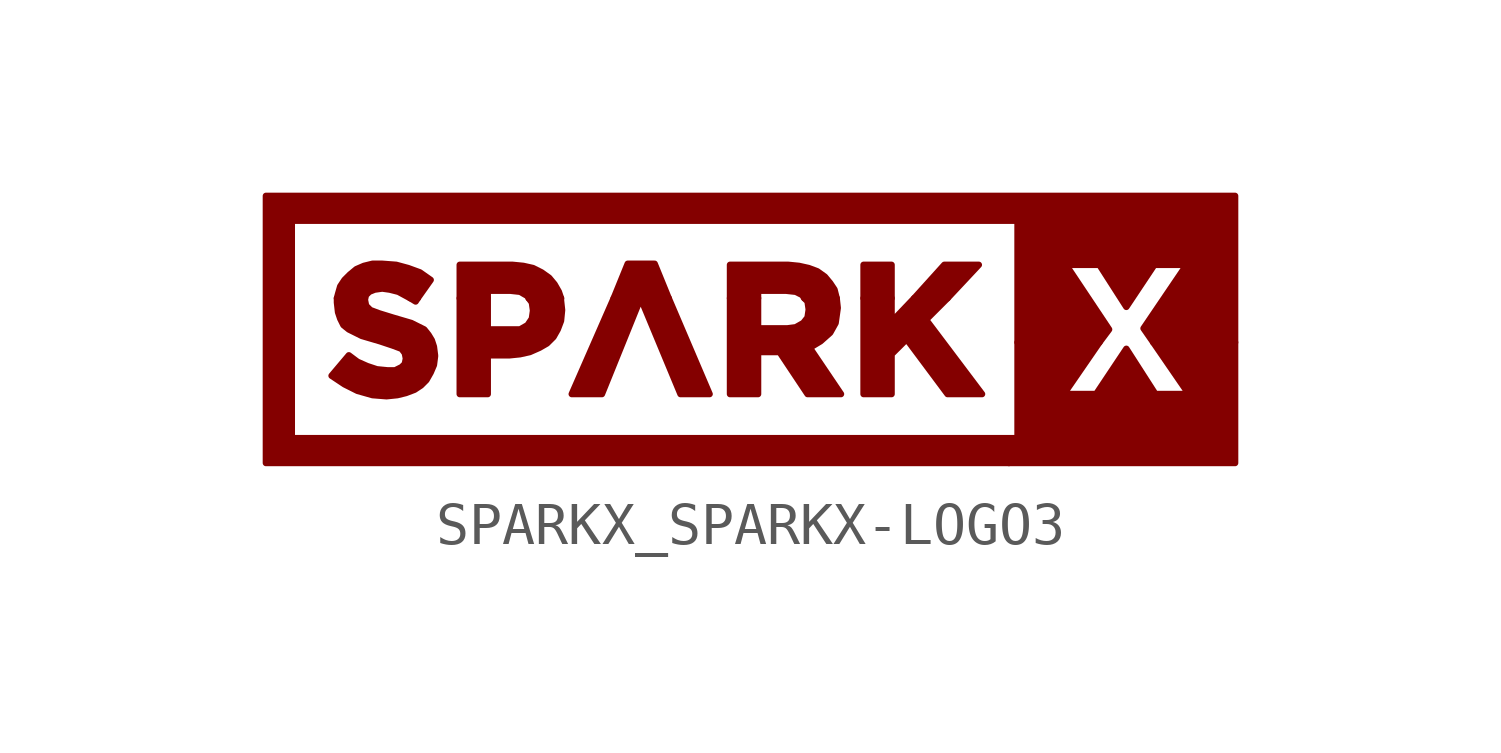
<source format=kicad_sym>
(kicad_symbol_lib
  (version 20220914)
  (generator kicad_symbol_editor)
  (symbol "SPARKX_SPARKX-LOGO3"
    (pin_numbers hide)
    (pin_names
      (offset 1.016) hide)
    (property "Reference" "M"
      (at 0 0 0)
      (effects (font (size 1.143 1.143)) hide))
    (property "ki_locked" ""
      (at 0 0 0)
      (effects (font (size 1.27 1.27))))
    (symbol "SPARKX_SPARKX-LOGO3_1_1"
      (polyline (pts (xy -7.849 0.737) (xy -8.026 0.737) (xy -8.026 0.737) (xy -7.899 0.66) (xy -7.899 0.66) (xy -7.849 0.737)) (stroke (width 0) (type solid)) (fill (type outline)))
      (polyline (pts (xy -1.93 0.737) (xy -2.261 1.549) (xy -2.261 1.549) (xy -2.896 1.549) (xy -2.896 1.549) (xy -3.226 0.737) (xy -3.226 0.737) (xy -1.93 0.737)) (stroke (width 0) (type solid)) (fill (type outline)))
      (polyline (pts (xy 3.327 0.737) (xy 3.327 1.524) (xy 3.327 1.524) (xy 2.667 1.524) (xy 2.667 1.524) (xy 2.667 0.737) (xy 2.667 0.737) (xy 3.327 0.737)) (stroke (width 0) (type solid)) (fill (type outline)))
      (polyline (pts (xy 4.648 0.737) (xy 5.385 1.524) (xy 5.385 1.524) (xy 4.572 1.524) (xy 4.572 1.524) (xy 3.861 0.737) (xy 3.861 0.737) (xy 4.648 0.737)) (stroke (width 0) (type solid)) (fill (type outline)))
      (polyline (pts (xy -1.93 0.737) (xy -3.226 0.737) (xy -3.226 0.737) (xy -4.216 -1.524) (xy -4.216 -1.524) (xy -3.505 -1.524) (xy -3.505 -1.524) (xy -2.591 0.737) (xy -2.591 0.737) (xy -1.651 -1.524) (xy -1.651 -1.524) (xy -0.965 -1.524) (xy -0.965 -1.524) (xy -1.93 0.737)) (stroke (width 0) (type solid)) (fill (type outline)))
      (polyline (pts (xy 4.648 0.737) (xy 3.861 0.737) (xy 3.861 0.737) (xy 3.327 0.178) (xy 3.327 0.178) (xy 3.327 0.737) (xy 3.327 0.737) (xy 2.667 0.737) (xy 2.667 0.737) (xy 2.667 -1.524) (xy 2.667 -1.524) (xy 3.327 -1.524) (xy 3.327 -1.524) (xy 3.327 -0.584) (xy 3.327 -0.584) (xy 3.683 -0.229) (xy 3.683 -0.229) (xy 4.648 -1.524) (xy 4.648 -1.524) (xy 5.461 -1.524) (xy 5.461 -1.524) (xy 4.14 0.229) (xy 4.14 0.229) (xy 4.648 0.737)) (stroke (width 0) (type solid)) (fill (type outline)))
      (polyline (pts (xy 11.43 -0.305) (xy 9.5 -0.305) (xy 9.5 -0.305) (xy 10.338 -1.524) (xy 10.338 -1.524) (xy 10.338 -1.524) (xy 10.338 -1.524) (xy 9.55 -1.524) (xy 9.55 -1.524) (xy 8.865 -0.457) (xy 8.865 -0.457) (xy 8.153 -1.524) (xy 8.153 -1.524) (xy 7.391 -1.524) (xy 7.391 -1.524) (xy 8.23 -0.305) (xy 8.23 -0.305) (xy 6.299 -0.305) (xy 6.299 -0.305) (xy 6.299 -2.565) (xy 6.299 -2.565) (xy 6.096 -2.565) (xy 6.096 -2.565) (xy 6.096 -3.15) (xy 6.096 -3.15) (xy 6.299 -3.15) (xy 6.299 -3.15) (xy 11.43 -3.15) (xy 11.43 -3.15) (xy 11.43 -0.305)) (stroke (width 0) (type solid)) (fill (type outline)))
      (polyline (pts (xy -4.47 0.737) (xy -4.521 0.889) (xy -4.521 0.889) (xy -4.623 1.067) (xy -4.623 1.067) (xy -4.75 1.219) (xy -4.75 1.219) (xy -4.928 1.346) (xy -4.928 1.346) (xy -5.131 1.448) (xy -5.131 1.448) (xy -5.359 1.499) (xy -5.359 1.499) (xy -5.613 1.524) (xy -5.613 1.524) (xy -6.858 1.524) (xy -6.858 1.524) (xy -6.858 0.737) (xy -6.858 0.737) (xy -6.198 0.737) (xy -6.198 0.737) (xy -6.198 0.914) (xy -6.198 0.914) (xy -5.664 0.914) (xy -5.664 0.914) (xy -5.436 0.889) (xy -5.436 0.889) (xy -5.258 0.787) (xy -5.258 0.787) (xy -5.232 0.737) (xy -5.232 0.737) (xy -4.47 0.737)) (stroke (width 0) (type solid)) (fill (type outline)))
      (polyline (pts (xy 2.032 0.737) (xy 1.981 0.94) (xy 1.981 0.94) (xy 1.88 1.092) (xy 1.88 1.092) (xy 1.753 1.245) (xy 1.753 1.245) (xy 1.575 1.372) (xy 1.575 1.372) (xy 1.372 1.448) (xy 1.372 1.448) (xy 1.143 1.499) (xy 1.143 1.499) (xy 0.889 1.524) (xy 0.889 1.524) (xy -0.483 1.524) (xy -0.483 1.524) (xy -0.483 0.737) (xy -0.483 0.737) (xy 0.178 0.737) (xy 0.178 0.737) (xy 0.178 0.914) (xy 0.178 0.914) (xy 0.838 0.914) (xy 0.838 0.914) (xy 1.067 0.889) (xy 1.067 0.889) (xy 1.219 0.813) (xy 1.219 0.813) (xy 1.27 0.737) (xy 1.27 0.737) (xy 2.032 0.737)) (stroke (width 0) (type solid)) (fill (type outline)))
      (polyline (pts (xy -11.43 3.15) (xy -11.43 -3.15) (xy -11.43 -3.15) (xy 6.096 -3.15) (xy 6.096 -3.15) (xy 6.096 -2.565) (xy 6.096 -2.565) (xy -10.82 -2.565) (xy -10.82 -2.565) (xy -10.82 2.565) (xy -10.82 2.565) (xy 6.299 2.565) (xy 6.299 2.565) (xy 6.299 -0.305) (xy 6.299 -0.305) (xy 8.23 -0.305) (xy 8.23 -0.305) (xy 8.458 0) (xy 8.458 0) (xy 7.442 1.524) (xy 7.442 1.524) (xy 8.23 1.524) (xy 8.23 1.524) (xy 8.865 0.533) (xy 8.865 0.533) (xy 9.525 1.524) (xy 9.525 1.524) (xy 10.287 1.524) (xy 10.287 1.524) (xy 9.271 0.025) (xy 9.271 0.025) (xy 9.5 -0.305) (xy 9.5 -0.305) (xy 11.43 -0.305) (xy 11.43 -0.305) (xy 11.43 3.15) (xy 11.43 3.15) (xy 6.299 3.15) (xy 6.299 3.15) (xy -11.43 3.15)) (stroke (width 0) (type solid)) (fill (type outline)))
      (polyline (pts (xy -8.687 1.549) (xy -8.915 1.549) (xy -8.915 1.549) (xy -9.119 1.499) (xy -9.119 1.499) (xy -9.296 1.422) (xy -9.296 1.422) (xy -9.449 1.295) (xy -9.449 1.295) (xy -9.576 1.168) (xy -9.576 1.168) (xy -9.677 1.016) (xy -9.677 1.016) (xy -9.728 0.838) (xy -9.728 0.838) (xy -9.754 0.737) (xy -9.754 0.737) (xy -9.093 0.737) (xy -9.093 0.737) (xy -9.068 0.813) (xy -9.068 0.813) (xy -8.992 0.889) (xy -8.992 0.889) (xy -8.865 0.94) (xy -8.865 0.94) (xy -8.687 0.965) (xy -8.687 0.965) (xy -8.509 0.94) (xy -8.509 0.94) (xy -8.306 0.889) (xy -8.306 0.889) (xy -8.026 0.737) (xy -8.026 0.737) (xy -7.849 0.737) (xy -7.849 0.737) (xy -7.544 1.168) (xy -7.544 1.168) (xy -7.798 1.346) (xy -7.798 1.346) (xy -8.077 1.448) (xy -8.077 1.448) (xy -8.357 1.524) (xy -8.357 1.524) (xy -8.687 1.549)) (stroke (width 0) (type solid)) (fill (type outline)))
      (polyline (pts (xy 2.032 0.737) (xy 1.27 0.737) (xy 1.27 0.737) (xy 1.346 0.66) (xy 1.346 0.66) (xy 1.372 0.483) (xy 1.372 0.483) (xy 1.372 0.457) (xy 1.372 0.457) (xy 1.346 0.279) (xy 1.346 0.279) (xy 1.245 0.152) (xy 1.245 0.152) (xy 1.067 0.051) (xy 1.067 0.051) (xy 0.864 0.025) (xy 0.864 0.025) (xy 0.178 0.025) (xy 0.178 0.025) (xy 0.178 0.737) (xy 0.178 0.737) (xy -0.483 0.737) (xy -0.483 0.737) (xy -0.483 -1.524) (xy -0.483 -1.524) (xy 0.178 -1.524) (xy 0.178 -1.524) (xy 0.178 -0.533) (xy 0.178 -0.533) (xy 0.686 -0.533) (xy 0.686 -0.533) (xy 1.346 -1.524) (xy 1.346 -1.524) (xy 2.134 -1.524) (xy 2.134 -1.524) (xy 1.397 -0.432) (xy 1.397 -0.432) (xy 1.651 -0.279) (xy 1.651 -0.279) (xy 1.88 -0.076) (xy 1.88 -0.076) (xy 2.007 0.152) (xy 2.007 0.152) (xy 2.057 0.508) (xy 2.057 0.508) (xy 2.057 0.508) (xy 2.057 0.508) (xy 2.032 0.737) (xy 2.032 0.737) (xy 2.032 0.737)) (stroke (width 0) (type solid)) (fill (type outline)))
      (polyline (pts (xy -4.47 0.737) (xy -5.232 0.737) (xy -5.232 0.737) (xy -5.156 0.635) (xy -5.156 0.635) (xy -5.131 0.457) (xy -5.131 0.457) (xy -5.131 0.432) (xy -5.131 0.432) (xy -5.156 0.254) (xy -5.156 0.254) (xy -5.258 0.102) (xy -5.258 0.102) (xy -5.436 0) (xy -5.436 0) (xy -5.664 0) (xy -5.664 0) (xy -6.198 0) (xy -6.198 0) (xy -6.198 0.737) (xy -6.198 0.737) (xy -6.858 0.737) (xy -6.858 0.737) (xy -6.858 -1.524) (xy -6.858 -1.524) (xy -6.198 -1.524) (xy -6.198 -1.524) (xy -6.198 -0.61) (xy -6.198 -0.61) (xy -5.69 -0.61) (xy -5.69 -0.61) (xy -5.436 -0.584) (xy -5.436 -0.584) (xy -5.207 -0.533) (xy -5.207 -0.533) (xy -4.978 -0.432) (xy -4.978 -0.432) (xy -4.801 -0.33) (xy -4.801 -0.33) (xy -4.648 -0.178) (xy -4.648 -0.178) (xy -4.547 0) (xy -4.547 0) (xy -4.47 0.203) (xy -4.47 0.203) (xy -4.445 0.457) (xy -4.445 0.457) (xy -4.445 0.457) (xy -4.445 0.457) (xy -4.445 0.457) (xy -4.445 0.457) (xy -4.47 0.686) (xy -4.47 0.686) (xy -4.47 0.737)) (stroke (width 0) (type solid)) (fill (type outline)))
      (polyline (pts (xy -9.093 0.737) (xy -9.754 0.737) (xy -9.754 0.737) (xy -9.754 0.635) (xy -9.754 0.635) (xy -9.754 0.635) (xy -9.754 0.635) (xy -9.728 0.406) (xy -9.728 0.406) (xy -9.677 0.254) (xy -9.677 0.254) (xy -9.601 0.102) (xy -9.601 0.102) (xy -9.474 0) (xy -9.474 0) (xy -9.169 -0.152) (xy -9.169 -0.152) (xy -8.738 -0.279) (xy -8.738 -0.279) (xy -8.433 -0.381) (xy -8.433 -0.381) (xy -8.23 -0.457) (xy -8.23 -0.457) (xy -8.153 -0.559) (xy -8.153 -0.559) (xy -8.128 -0.686) (xy -8.128 -0.686) (xy -8.128 -0.686) (xy -8.128 -0.686) (xy -8.153 -0.813) (xy -8.153 -0.813) (xy -8.23 -0.889) (xy -8.23 -0.889) (xy -8.382 -0.965) (xy -8.382 -0.965) (xy -8.56 -0.965) (xy -8.56 -0.965) (xy -8.814 -0.94) (xy -8.814 -0.94) (xy -9.042 -0.864) (xy -9.042 -0.864) (xy -9.271 -0.762) (xy -9.271 -0.762) (xy -9.474 -0.61) (xy -9.474 -0.61) (xy -9.881 -1.092) (xy -9.881 -1.092) (xy -9.576 -1.295) (xy -9.576 -1.295) (xy -9.271 -1.448) (xy -9.271 -1.448) (xy -8.915 -1.549) (xy -8.915 -1.549) (xy -8.585 -1.575) (xy -8.585 -1.575) (xy -8.331 -1.549) (xy -8.331 -1.549) (xy -8.128 -1.499) (xy -8.128 -1.499) (xy -7.925 -1.422) (xy -7.925 -1.422) (xy -7.772 -1.321) (xy -7.772 -1.321) (xy -7.645 -1.194) (xy -7.645 -1.194) (xy -7.544 -1.016) (xy -7.544 -1.016) (xy -7.468 -0.838) (xy -7.468 -0.838) (xy -7.442 -0.635) (xy -7.442 -0.635) (xy -7.442 -0.61) (xy -7.442 -0.61) (xy -7.442 -0.61) (xy -7.442 -0.61) (xy -7.468 -0.406) (xy -7.468 -0.406) (xy -7.518 -0.254) (xy -7.518 -0.254) (xy -7.595 -0.127) (xy -7.595 -0.127) (xy -7.696 0) (xy -7.696 0) (xy -8.001 0.152) (xy -8.001 0.152) (xy -8.433 0.279) (xy -8.433 0.279) (xy -8.763 0.381) (xy -8.763 0.381) (xy -8.966 0.457) (xy -8.966 0.457) (xy -9.068 0.559) (xy -9.068 0.559) (xy -9.093 0.686) (xy -9.093 0.686) (xy -9.093 0.686) (xy -9.093 0.686) (xy -9.093 0.737)) (stroke (width 0) (type solid)) (fill (type outline))))))
</source>
